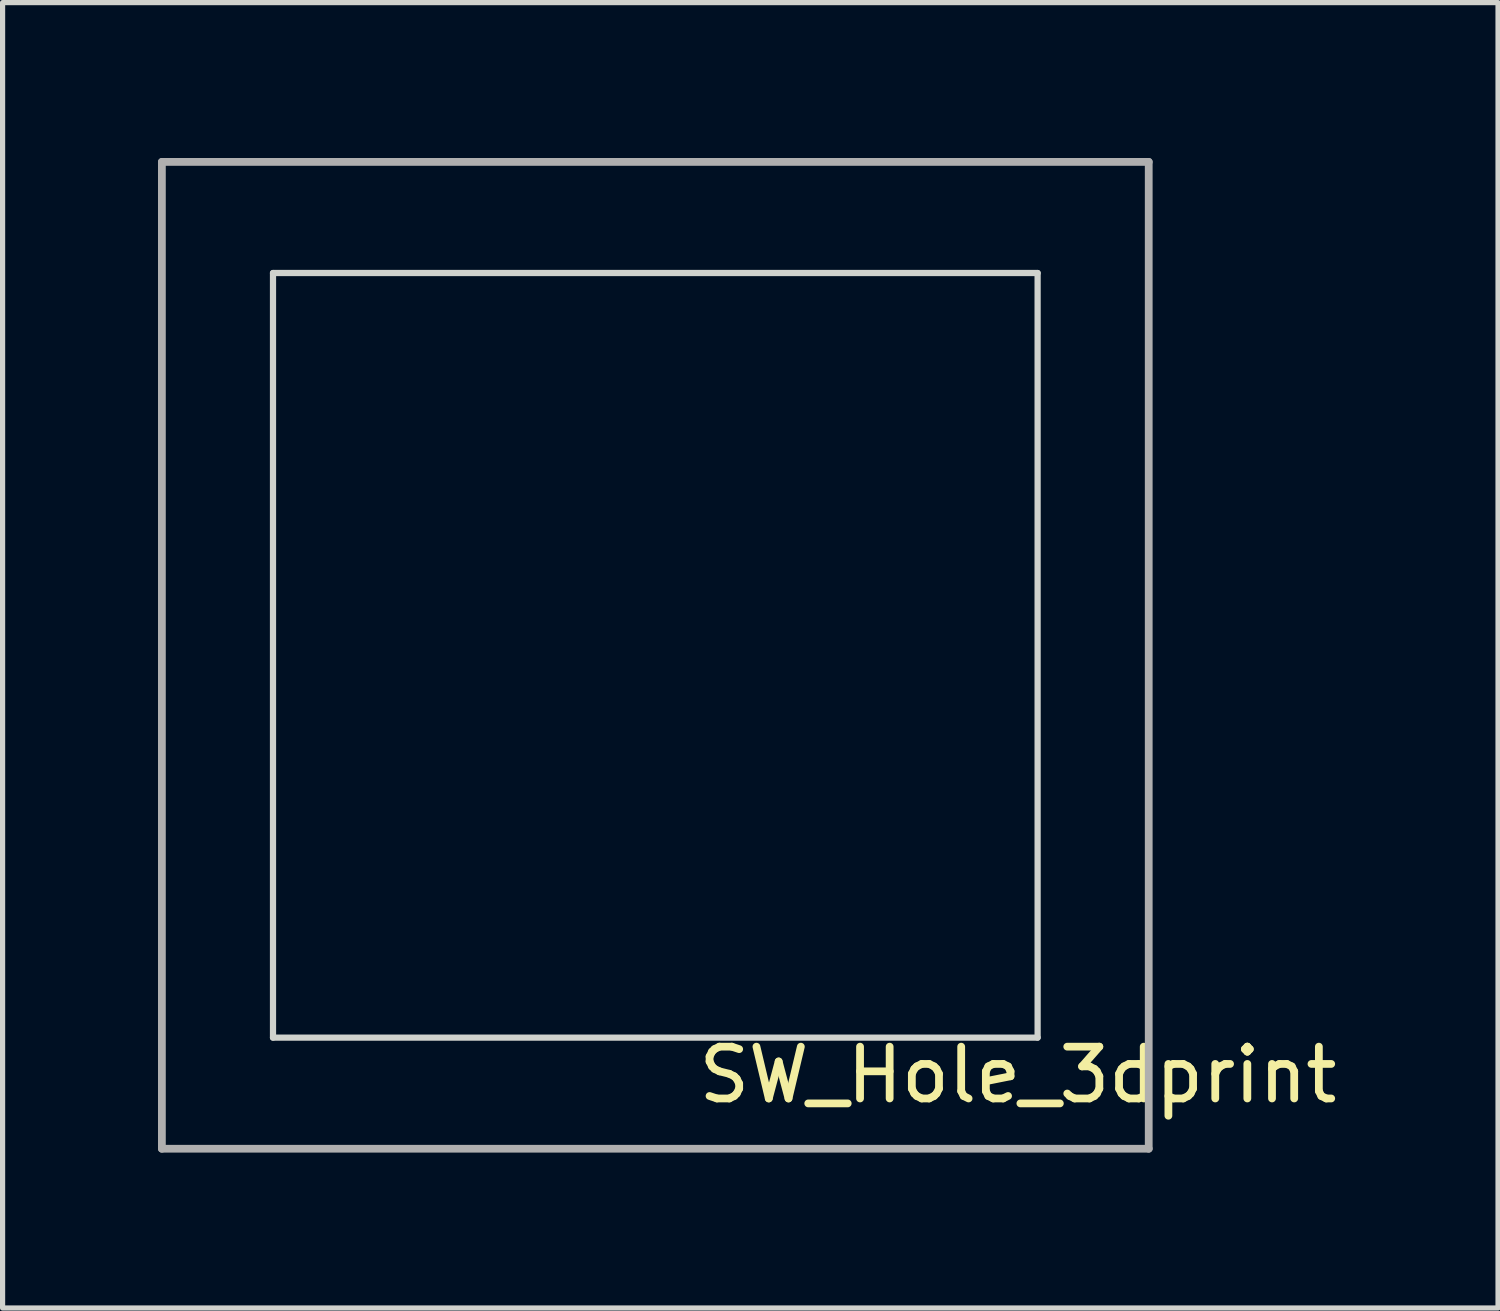
<source format=kicad_pcb>
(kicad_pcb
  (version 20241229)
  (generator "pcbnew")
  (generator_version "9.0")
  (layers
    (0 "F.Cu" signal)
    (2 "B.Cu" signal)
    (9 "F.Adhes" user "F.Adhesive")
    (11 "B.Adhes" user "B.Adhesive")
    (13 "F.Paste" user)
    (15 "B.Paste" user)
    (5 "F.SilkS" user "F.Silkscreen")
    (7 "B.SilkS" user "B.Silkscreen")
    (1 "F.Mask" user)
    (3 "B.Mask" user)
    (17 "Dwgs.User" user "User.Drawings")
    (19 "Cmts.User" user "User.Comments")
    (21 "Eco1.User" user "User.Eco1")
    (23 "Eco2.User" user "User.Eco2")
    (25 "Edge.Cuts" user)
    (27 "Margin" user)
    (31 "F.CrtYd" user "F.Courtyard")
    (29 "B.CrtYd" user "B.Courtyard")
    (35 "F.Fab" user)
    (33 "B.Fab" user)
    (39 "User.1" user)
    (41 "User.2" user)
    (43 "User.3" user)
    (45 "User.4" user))
  (footprint "SW_Hole_3dprint"
    (layer "F.Cu")
    (at 9.6 9.6)
    (property "Reference" "SW_Hole_3dprint" (at 7 8.1 0) (layer "F.SilkS") (effects (font (size 1 1) (thickness 0.15))))
    (attr through_hole)
    (fp_line (start -7.38 -7.38) (end -7.38 7.38) (stroke (width 0.12) (type solid)) (layer "Edge.Cuts"))
    (fp_line (start -7.38 7.38) (end 7.38 7.38) (stroke (width 0.12) (type solid)) (layer "Edge.Cuts"))
    (fp_line (start 7.38 -7.38) (end -7.38 -7.38) (stroke (width 0.12) (type solid)) (layer "Edge.Cuts"))
    (fp_line (start 7.38 7.38) (end 7.38 -7.38) (stroke (width 0.12) (type solid)) (layer "Edge.Cuts"))
    (fp_line (start -9.525 -9.525) (end -9.525 9.525) (stroke (width 0.15) (type solid)) (layer "F.Fab"))
    (fp_line (start -9.525 9.525) (end 9.525 9.525) (stroke (width 0.15) (type solid)) (layer "F.Fab"))
    (fp_line (start 9.525 -9.525) (end -9.525 -9.525) (stroke (width 0.15) (type solid)) (layer "F.Fab"))
    (fp_line (start 9.525 9.525) (end 9.525 -9.525) (stroke (width 0.15) (type solid)) (layer "F.Fab")))
  (gr_rect
    (start -3 -3)
    (end 25.868 22.2)
    (stroke (width 0.1) (type default))
    (fill no)
    (layer "Edge.Cuts")))
</source>
